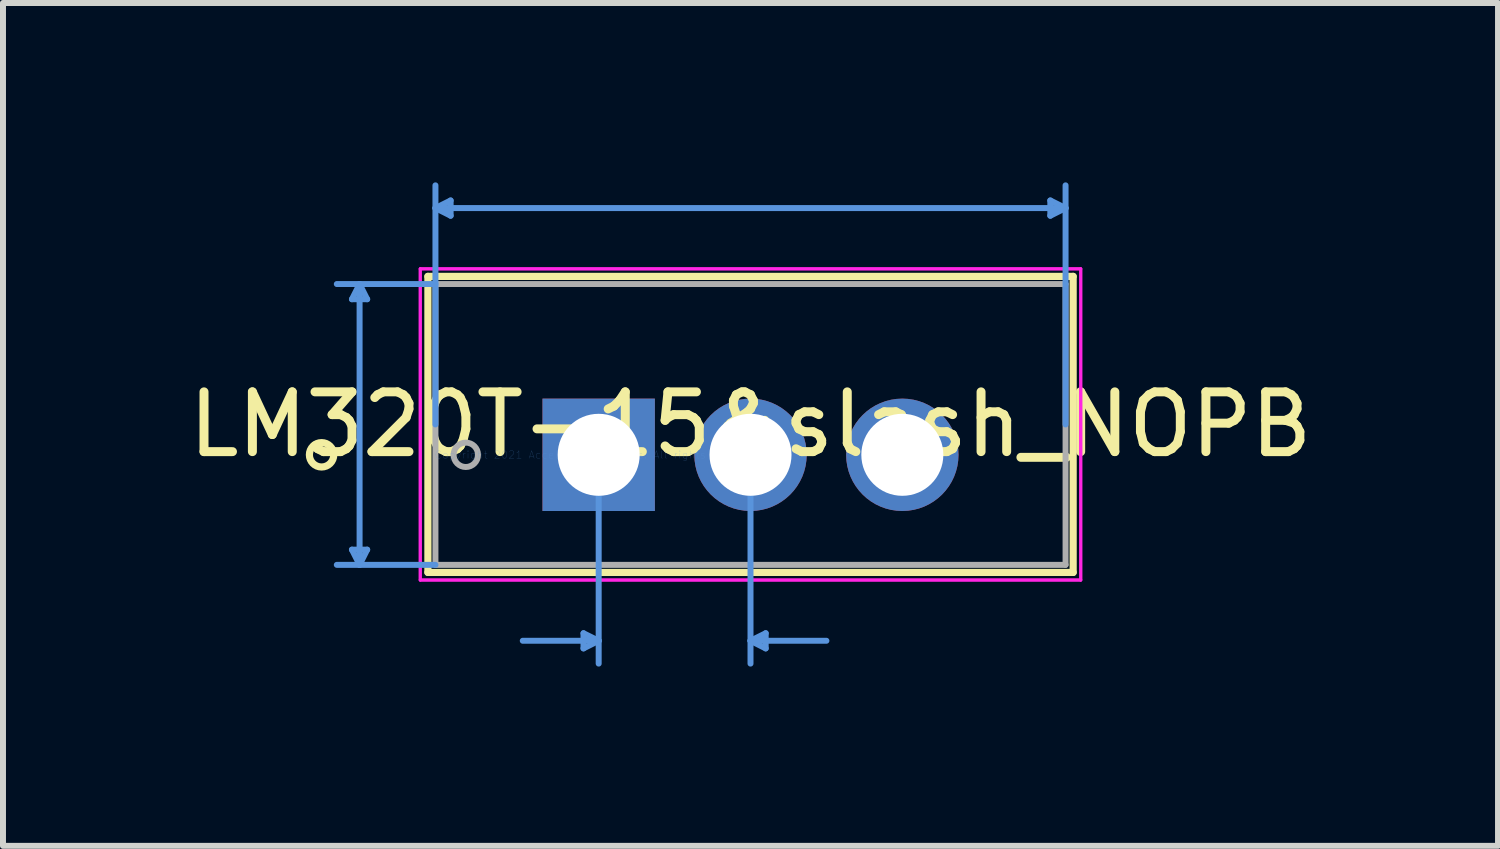
<source format=kicad_pcb>
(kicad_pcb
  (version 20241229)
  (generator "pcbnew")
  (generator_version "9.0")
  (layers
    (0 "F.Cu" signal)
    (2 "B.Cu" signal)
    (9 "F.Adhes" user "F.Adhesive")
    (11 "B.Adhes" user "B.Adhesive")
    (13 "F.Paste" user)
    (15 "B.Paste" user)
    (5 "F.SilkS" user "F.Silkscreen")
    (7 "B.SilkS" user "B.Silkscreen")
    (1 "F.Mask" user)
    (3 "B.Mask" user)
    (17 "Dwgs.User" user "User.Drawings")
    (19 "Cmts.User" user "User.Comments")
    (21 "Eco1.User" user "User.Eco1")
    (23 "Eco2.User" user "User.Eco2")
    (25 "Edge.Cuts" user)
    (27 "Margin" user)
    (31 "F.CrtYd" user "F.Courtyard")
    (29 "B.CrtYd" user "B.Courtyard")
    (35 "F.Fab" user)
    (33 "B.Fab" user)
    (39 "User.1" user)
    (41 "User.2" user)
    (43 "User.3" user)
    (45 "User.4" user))
  (footprint "LM320T-15&slash_NOPB"
    (layer "F.Cu")
    (at 6.966 4.559)
    (property "Reference" "LM320T-15&slash_NOPB" (at 2.54 -0.508 0) (layer "F.SilkS") (effects (font (size 1 1) (thickness 0.15))))
    (attr through_hole)
    (fp_line (start -2.857 -2.985) (end -2.857 1.968) (stroke (width 0.12) (type solid)) (layer "F.SilkS"))
    (fp_line (start -2.857 1.968) (end 7.938 1.968) (stroke (width 0.12) (type solid)) (layer "F.SilkS"))
    (fp_line (start 7.938 -2.985) (end -2.857 -2.985) (stroke (width 0.12) (type solid)) (layer "F.SilkS"))
    (fp_line (start 7.938 1.968) (end 7.938 -2.985) (stroke (width 0.12) (type solid)) (layer "F.SilkS"))
    (fp_circle (center -4.636 0) (end -4.432 0) (stroke (width 0.12) (type solid)) (fill no) (layer "F.SilkS"))
    (fp_line (start -4.128 -2.603) (end -3.873 -2.603) (stroke (width 0.1) (type solid)) (layer "Cmts.User"))
    (fp_line (start -4.128 1.587) (end -3.873 1.587) (stroke (width 0.1) (type solid)) (layer "Cmts.User"))
    (fp_line (start -4 -2.857) (end -4.128 -2.603) (stroke (width 0.1) (type solid)) (layer "Cmts.User"))
    (fp_line (start -4 -2.857) (end -4 1.841) (stroke (width 0.1) (type solid)) (layer "Cmts.User"))
    (fp_line (start -4 -2.857) (end -3.873 -2.603) (stroke (width 0.1) (type solid)) (layer "Cmts.User"))
    (fp_line (start -4 1.841) (end -4.128 1.587) (stroke (width 0.1) (type solid)) (layer "Cmts.User"))
    (fp_line (start -4 1.841) (end -3.873 1.587) (stroke (width 0.1) (type solid)) (layer "Cmts.User"))
    (fp_line (start -2.731 -4.128) (end -2.477 -4.255) (stroke (width 0.1) (type solid)) (layer "Cmts.User"))
    (fp_line (start -2.731 -4.128) (end -2.477 -4) (stroke (width 0.1) (type solid)) (layer "Cmts.User"))
    (fp_line (start -2.731 -4.128) (end 7.811 -4.128) (stroke (width 0.1) (type solid)) (layer "Cmts.User"))
    (fp_line (start -2.731 -2.857) (end -4.381 -2.857) (stroke (width 0.1) (type solid)) (layer "Cmts.User"))
    (fp_line (start -2.731 -0.508) (end -2.731 -4.508) (stroke (width 0.1) (type solid)) (layer "Cmts.User"))
    (fp_line (start -2.731 1.841) (end -4.381 1.841) (stroke (width 0.1) (type solid)) (layer "Cmts.User"))
    (fp_line (start -2.477 -4.255) (end -2.477 -4) (stroke (width 0.1) (type solid)) (layer "Cmts.User"))
    (fp_line (start -0.254 2.985) (end -0.254 3.239) (stroke (width 0.1) (type solid)) (layer "Cmts.User"))
    (fp_line (start 0 0) (end 0 3.493) (stroke (width 0.1) (type solid)) (layer "Cmts.User"))
    (fp_line (start 0 3.111) (end -1.27 3.111) (stroke (width 0.1) (type solid)) (layer "Cmts.User"))
    (fp_line (start 0 3.111) (end -0.254 2.985) (stroke (width 0.1) (type solid)) (layer "Cmts.User"))
    (fp_line (start 0 3.111) (end -0.254 3.239) (stroke (width 0.1) (type solid)) (layer "Cmts.User"))
    (fp_line (start 2.54 0) (end 2.54 3.493) (stroke (width 0.1) (type solid)) (layer "Cmts.User"))
    (fp_line (start 2.54 3.111) (end 2.794 2.985) (stroke (width 0.1) (type solid)) (layer "Cmts.User"))
    (fp_line (start 2.54 3.111) (end 2.794 3.239) (stroke (width 0.1) (type solid)) (layer "Cmts.User"))
    (fp_line (start 2.54 3.111) (end 3.81 3.111) (stroke (width 0.1) (type solid)) (layer "Cmts.User"))
    (fp_line (start 2.794 2.985) (end 2.794 3.239) (stroke (width 0.1) (type solid)) (layer "Cmts.User"))
    (fp_line (start 7.556 -4.255) (end 7.556 -4) (stroke (width 0.1) (type solid)) (layer "Cmts.User"))
    (fp_line (start 7.811 -4.128) (end 7.556 -4.255) (stroke (width 0.1) (type solid)) (layer "Cmts.User"))
    (fp_line (start 7.811 -4.128) (end 7.556 -4) (stroke (width 0.1) (type solid)) (layer "Cmts.User"))
    (fp_line (start 7.811 -0.508) (end 7.811 -4.508) (stroke (width 0.1) (type solid)) (layer "Cmts.User"))
    (fp_line (start -2.985 -3.111) (end 8.065 -3.111) (stroke (width 0.05) (type solid)) (layer "F.CrtYd"))
    (fp_line (start -2.985 -3.111) (end 8.065 -3.111) (stroke (width 0.05) (type solid)) (layer "F.CrtYd"))
    (fp_line (start -2.985 2.095) (end -2.985 -3.111) (stroke (width 0.05) (type solid)) (layer "F.CrtYd"))
    (fp_line (start -2.985 2.095) (end -2.985 -3.111) (stroke (width 0.05) (type solid)) (layer "F.CrtYd"))
    (fp_line (start 8.065 -3.111) (end 8.065 2.095) (stroke (width 0.05) (type solid)) (layer "F.CrtYd"))
    (fp_line (start 8.065 -3.111) (end 8.065 2.095) (stroke (width 0.05) (type solid)) (layer "F.CrtYd"))
    (fp_line (start 8.065 2.095) (end -2.985 2.095) (stroke (width 0.05) (type solid)) (layer "F.CrtYd"))
    (fp_line (start 8.065 2.095) (end -2.985 2.095) (stroke (width 0.05) (type solid)) (layer "F.CrtYd"))
    (fp_line (start -2.731 -2.857) (end -2.731 1.841) (stroke (width 0.1) (type solid)) (layer "F.Fab"))
    (fp_line (start -2.731 1.841) (end 7.811 1.841) (stroke (width 0.1) (type solid)) (layer "F.Fab"))
    (fp_line (start -0.254 0) (end 0.254 0) (stroke (width 0.1) (type solid)) (layer "F.Fab"))
    (fp_line (start 0 0.254) (end 0 -0.254) (stroke (width 0.1) (type solid)) (layer "F.Fab"))
    (fp_line (start 7.811 -2.857) (end -2.731 -2.857) (stroke (width 0.1) (type solid)) (layer "F.Fab"))
    (fp_line (start 7.811 1.841) (end 7.811 -2.857) (stroke (width 0.1) (type solid)) (layer "F.Fab"))
    (fp_circle (center -2.223 0) (end -2.019 0) (stroke (width 0.1) (type solid)) (fill no) (layer "F.Fab"))
    (fp_text user "*" (at 0 0 0) (layer "F.SilkS") (effects (font (size 1 1) (thickness 0.15))))
    (fp_text user "Copyright 2021 Accelerated Designs. All rights reserved." (at 0 0 0) (layer "Cmts.User") (effects (font (size 0.127 0.127) (thickness 0.002))))
    (fp_text user "*" (at 0 0 0) (layer "F.Fab") (effects (font (size 1 1) (thickness 0.15))))
    (pad "1" thru_hole rect (at 0 0) (size 1.88 1.88) (drill 1.372) (layers "*.Cu" "*.Mask"))
    (pad "2" thru_hole circle (at 2.54 0) (size 1.88 1.88) (drill 1.372) (layers "*.Cu" "*.Mask"))
    (pad "3" thru_hole circle (at 5.08 0) (size 1.88 1.88) (drill 1.372) (layers "*.Cu" "*.Mask")))
  (gr_rect
    (start -3 -3)
    (end 22.012 11.101)
    (stroke (width 0.1) (type default))
    (fill no)
    (layer "Edge.Cuts")))
</source>
